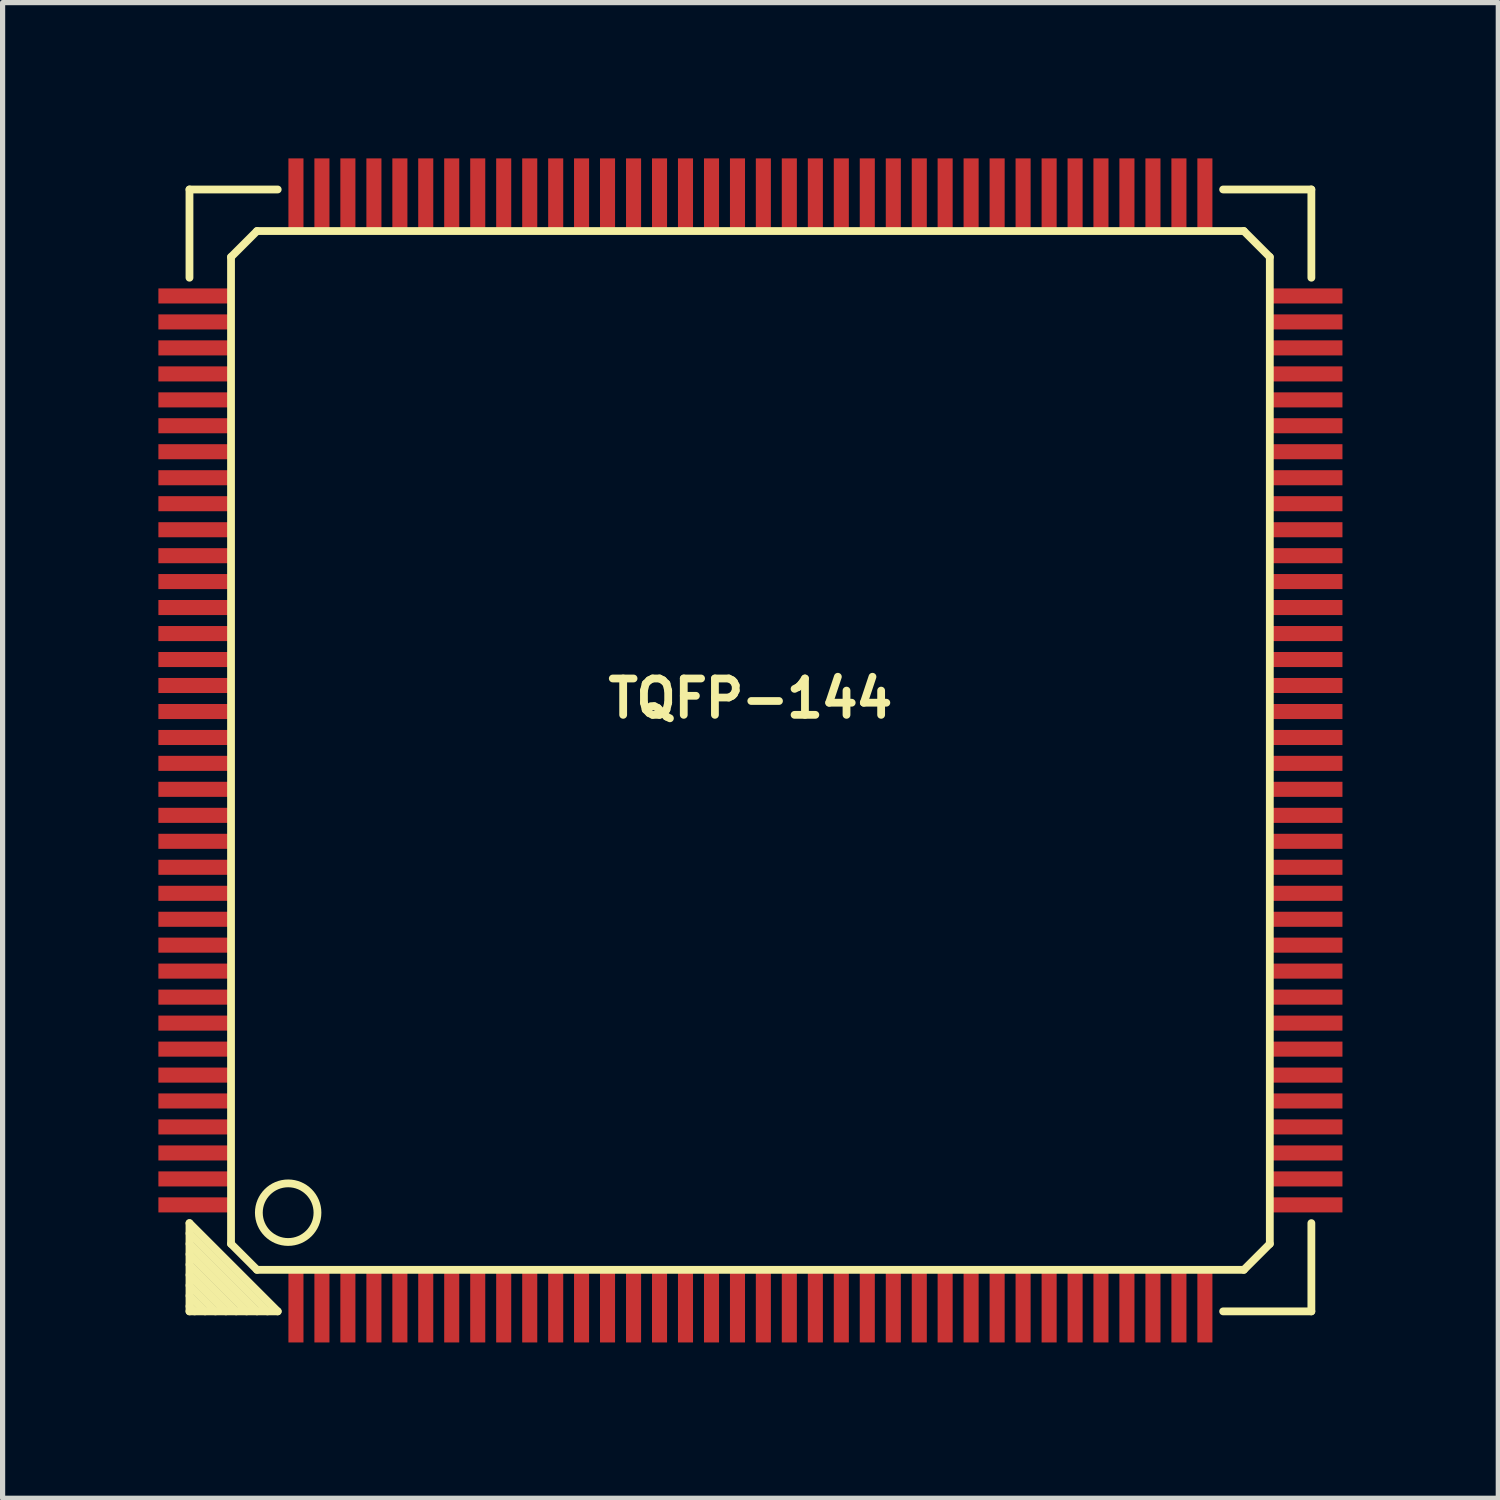
<source format=kicad_pcb>
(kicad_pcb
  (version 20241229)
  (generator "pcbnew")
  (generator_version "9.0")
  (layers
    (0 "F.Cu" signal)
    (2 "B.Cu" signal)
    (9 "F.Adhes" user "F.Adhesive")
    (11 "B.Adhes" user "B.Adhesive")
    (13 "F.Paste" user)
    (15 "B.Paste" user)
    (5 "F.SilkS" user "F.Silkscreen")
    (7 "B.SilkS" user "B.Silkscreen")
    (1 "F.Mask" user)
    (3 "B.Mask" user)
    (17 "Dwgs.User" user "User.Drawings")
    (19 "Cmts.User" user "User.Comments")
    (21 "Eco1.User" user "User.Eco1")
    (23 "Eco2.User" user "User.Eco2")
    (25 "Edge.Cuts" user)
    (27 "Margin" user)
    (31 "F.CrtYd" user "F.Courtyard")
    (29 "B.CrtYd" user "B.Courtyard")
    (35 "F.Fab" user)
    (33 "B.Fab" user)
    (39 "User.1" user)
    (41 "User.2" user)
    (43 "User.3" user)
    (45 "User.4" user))
  (footprint "TQFP-144"
    (layer "F.Cu")
    (at 11.398 11.398)
    (property "Reference" "TQFP-144" (at 0 -1.001 0) (layer "F.SilkS") (effects (font (size 0.7 0.7) (thickness 0.15))))
    (attr through_hole)
    (fp_line (start -10.8 -10.8) (end -9.101 -10.8) (stroke (width 0.15) (type solid)) (layer "F.SilkS"))
    (fp_line (start -10.8 -9.101) (end -10.8 -10.8) (stroke (width 0.15) (type solid)) (layer "F.SilkS"))
    (fp_line (start -10.8 9.101) (end -9.101 10.8) (stroke (width 0.15) (type solid)) (layer "F.SilkS"))
    (fp_line (start -10.8 9.5) (end -9.5 10.8) (stroke (width 0.15) (type solid)) (layer "F.SilkS"))
    (fp_line (start -10.8 9.901) (end -9.901 10.8) (stroke (width 0.15) (type solid)) (layer "F.SilkS"))
    (fp_line (start -10.8 10.3) (end -10.3 10.8) (stroke (width 0.15) (type solid)) (layer "F.SilkS"))
    (fp_line (start -10.8 10.701) (end -10.701 10.8) (stroke (width 0.15) (type solid)) (layer "F.SilkS"))
    (fp_line (start -10.8 10.8) (end -10.8 9.101) (stroke (width 0.15) (type solid)) (layer "F.SilkS"))
    (fp_line (start -10.5 10.8) (end -10.8 10.5) (stroke (width 0.15) (type solid)) (layer "F.SilkS"))
    (fp_line (start -10.099 10.8) (end -10.8 10.099) (stroke (width 0.15) (type solid)) (layer "F.SilkS"))
    (fp_line (start -10 -9.5) (end -9.5 -10) (stroke (width 0.15) (type solid)) (layer "F.SilkS"))
    (fp_line (start -10 9.5) (end -10 -9.5) (stroke (width 0.15) (type solid)) (layer "F.SilkS"))
    (fp_line (start -9.7 10.8) (end -10.8 9.7) (stroke (width 0.15) (type solid)) (layer "F.SilkS"))
    (fp_line (start -9.5 -10) (end 9.5 -10) (stroke (width 0.15) (type solid)) (layer "F.SilkS"))
    (fp_line (start -9.5 10) (end -10 9.5) (stroke (width 0.15) (type solid)) (layer "F.SilkS"))
    (fp_line (start -9.299 10.8) (end -10.8 9.299) (stroke (width 0.15) (type solid)) (layer "F.SilkS"))
    (fp_line (start -9.101 10.8) (end -10.8 10.8) (stroke (width 0.15) (type solid)) (layer "F.SilkS"))
    (fp_line (start 9.101 -10.8) (end 10.8 -10.8) (stroke (width 0.15) (type solid)) (layer "F.SilkS"))
    (fp_line (start 9.5 -10) (end 10 -9.5) (stroke (width 0.15) (type solid)) (layer "F.SilkS"))
    (fp_line (start 9.5 10) (end -9.5 10) (stroke (width 0.15) (type solid)) (layer "F.SilkS"))
    (fp_line (start 10 -9.5) (end 10 9.5) (stroke (width 0.15) (type solid)) (layer "F.SilkS"))
    (fp_line (start 10 9.5) (end 9.5 10) (stroke (width 0.15) (type solid)) (layer "F.SilkS"))
    (fp_line (start 10.8 -10.8) (end 10.8 -9.101) (stroke (width 0.15) (type solid)) (layer "F.SilkS"))
    (fp_line (start 10.8 9.101) (end 10.8 10.8) (stroke (width 0.15) (type solid)) (layer "F.SilkS"))
    (fp_line (start 10.8 10.8) (end 9.101 10.8) (stroke (width 0.15) (type solid)) (layer "F.SilkS"))
    (fp_circle (center -8.9 8.9) (end -9.299 9.299) (stroke (width 0.15) (type solid)) (fill no) (layer "F.SilkS"))
    (pad "1" smd rect (at -8.75 10.724) (size 0.29 1.349) (layers "F.Cu" "F.Mask" "F.Paste"))
    (pad "2" smd rect (at -8.25 10.724) (size 0.29 1.349) (layers "F.Cu" "F.Mask" "F.Paste"))
    (pad "3" smd rect (at -7.75 10.724) (size 0.29 1.349) (layers "F.Cu" "F.Mask" "F.Paste"))
    (pad "4" smd rect (at -7.249 10.724) (size 0.29 1.349) (layers "F.Cu" "F.Mask" "F.Paste"))
    (pad "5" smd rect (at -6.749 10.724) (size 0.29 1.349) (layers "F.Cu" "F.Mask" "F.Paste"))
    (pad "6" smd rect (at -6.251 10.724) (size 0.29 1.349) (layers "F.Cu" "F.Mask" "F.Paste"))
    (pad "7" smd rect (at -5.751 10.724) (size 0.29 1.349) (layers "F.Cu" "F.Mask" "F.Paste"))
    (pad "8" smd rect (at -5.25 10.724) (size 0.29 1.349) (layers "F.Cu" "F.Mask" "F.Paste"))
    (pad "9" smd rect (at -4.75 10.724) (size 0.29 1.349) (layers "F.Cu" "F.Mask" "F.Paste"))
    (pad "10" smd rect (at -4.249 10.724) (size 0.29 1.349) (layers "F.Cu" "F.Mask" "F.Paste"))
    (pad "11" smd rect (at -3.749 10.724) (size 0.29 1.349) (layers "F.Cu" "F.Mask" "F.Paste"))
    (pad "12" smd rect (at -3.251 10.724) (size 0.29 1.349) (layers "F.Cu" "F.Mask" "F.Paste"))
    (pad "13" smd rect (at -2.751 10.724) (size 0.29 1.349) (layers "F.Cu" "F.Mask" "F.Paste"))
    (pad "14" smd rect (at -2.25 10.724) (size 0.29 1.349) (layers "F.Cu" "F.Mask" "F.Paste"))
    (pad "15" smd rect (at -1.75 10.724) (size 0.29 1.349) (layers "F.Cu" "F.Mask" "F.Paste"))
    (pad "16" smd rect (at -1.25 10.724) (size 0.29 1.349) (layers "F.Cu" "F.Mask" "F.Paste"))
    (pad "17" smd rect (at -0.749 10.724) (size 0.29 1.349) (layers "F.Cu" "F.Mask" "F.Paste"))
    (pad "18" smd rect (at -0.249 10.724) (size 0.29 1.349) (layers "F.Cu" "F.Mask" "F.Paste"))
    (pad "19" smd rect (at 0.249 10.724) (size 0.29 1.349) (layers "F.Cu" "F.Mask" "F.Paste"))
    (pad "20" smd rect (at 0.749 10.724) (size 0.29 1.349) (layers "F.Cu" "F.Mask" "F.Paste"))
    (pad "21" smd rect (at 1.25 10.724) (size 0.29 1.349) (layers "F.Cu" "F.Mask" "F.Paste"))
    (pad "22" smd rect (at 1.75 10.724) (size 0.29 1.349) (layers "F.Cu" "F.Mask" "F.Paste"))
    (pad "23" smd rect (at 2.25 10.724) (size 0.29 1.349) (layers "F.Cu" "F.Mask" "F.Paste"))
    (pad "24" smd rect (at 2.751 10.724) (size 0.29 1.349) (layers "F.Cu" "F.Mask" "F.Paste"))
    (pad "25" smd rect (at 3.251 10.724) (size 0.29 1.349) (layers "F.Cu" "F.Mask" "F.Paste"))
    (pad "26" smd rect (at 3.749 10.724) (size 0.29 1.349) (layers "F.Cu" "F.Mask" "F.Paste"))
    (pad "27" smd rect (at 4.249 10.724) (size 0.29 1.349) (layers "F.Cu" "F.Mask" "F.Paste"))
    (pad "28" smd rect (at 4.75 10.724) (size 0.29 1.349) (layers "F.Cu" "F.Mask" "F.Paste"))
    (pad "29" smd rect (at 5.25 10.724) (size 0.29 1.349) (layers "F.Cu" "F.Mask" "F.Paste"))
    (pad "30" smd rect (at 5.751 10.724) (size 0.29 1.349) (layers "F.Cu" "F.Mask" "F.Paste"))
    (pad "31" smd rect (at 6.251 10.724) (size 0.29 1.349) (layers "F.Cu" "F.Mask" "F.Paste"))
    (pad "32" smd rect (at 6.749 10.724) (size 0.29 1.349) (layers "F.Cu" "F.Mask" "F.Paste"))
    (pad "33" smd rect (at 7.249 10.724) (size 0.29 1.349) (layers "F.Cu" "F.Mask" "F.Paste"))
    (pad "34" smd rect (at 7.75 10.724) (size 0.29 1.349) (layers "F.Cu" "F.Mask" "F.Paste"))
    (pad "35" smd rect (at 8.25 10.724) (size 0.29 1.349) (layers "F.Cu" "F.Mask" "F.Paste"))
    (pad "36" smd rect (at 8.75 10.724) (size 0.29 1.349) (layers "F.Cu" "F.Mask" "F.Paste"))
    (pad "37" smd rect (at 10.724 8.75) (size 1.349 0.29) (layers "F.Cu" "F.Mask" "F.Paste"))
    (pad "38" smd rect (at 10.724 8.25) (size 1.349 0.29) (layers "F.Cu" "F.Mask" "F.Paste"))
    (pad "39" smd rect (at 10.724 7.75) (size 1.349 0.29) (layers "F.Cu" "F.Mask" "F.Paste"))
    (pad "40" smd rect (at 10.724 7.249) (size 1.349 0.29) (layers "F.Cu" "F.Mask" "F.Paste"))
    (pad "41" smd rect (at 10.724 6.749) (size 1.349 0.29) (layers "F.Cu" "F.Mask" "F.Paste"))
    (pad "42" smd rect (at 10.724 6.251) (size 1.349 0.29) (layers "F.Cu" "F.Mask" "F.Paste"))
    (pad "43" smd rect (at 10.724 5.751) (size 1.349 0.29) (layers "F.Cu" "F.Mask" "F.Paste"))
    (pad "44" smd rect (at 10.724 5.25) (size 1.349 0.29) (layers "F.Cu" "F.Mask" "F.Paste"))
    (pad "45" smd rect (at 10.724 4.75) (size 1.349 0.29) (layers "F.Cu" "F.Mask" "F.Paste"))
    (pad "46" smd rect (at 10.724 4.249) (size 1.349 0.29) (layers "F.Cu" "F.Mask" "F.Paste"))
    (pad "47" smd rect (at 10.724 3.749) (size 1.349 0.29) (layers "F.Cu" "F.Mask" "F.Paste"))
    (pad "48" smd rect (at 10.724 3.251) (size 1.349 0.29) (layers "F.Cu" "F.Mask" "F.Paste"))
    (pad "49" smd rect (at 10.724 2.751) (size 1.349 0.29) (layers "F.Cu" "F.Mask" "F.Paste"))
    (pad "50" smd rect (at 10.724 2.25) (size 1.349 0.29) (layers "F.Cu" "F.Mask" "F.Paste"))
    (pad "51" smd rect (at 10.724 1.75) (size 1.349 0.29) (layers "F.Cu" "F.Mask" "F.Paste"))
    (pad "52" smd rect (at 10.724 1.25) (size 1.349 0.29) (layers "F.Cu" "F.Mask" "F.Paste"))
    (pad "53" smd rect (at 10.724 0.749) (size 1.349 0.29) (layers "F.Cu" "F.Mask" "F.Paste"))
    (pad "54" smd rect (at 10.724 0.249) (size 1.349 0.29) (layers "F.Cu" "F.Mask" "F.Paste"))
    (pad "55" smd rect (at 10.724 -0.249) (size 1.349 0.29) (layers "F.Cu" "F.Mask" "F.Paste"))
    (pad "56" smd rect (at 10.724 -0.749) (size 1.349 0.29) (layers "F.Cu" "F.Mask" "F.Paste"))
    (pad "57" smd rect (at 10.724 -1.25) (size 1.349 0.29) (layers "F.Cu" "F.Mask" "F.Paste"))
    (pad "58" smd rect (at 10.724 -1.75) (size 1.349 0.29) (layers "F.Cu" "F.Mask" "F.Paste"))
    (pad "59" smd rect (at 10.724 -2.25) (size 1.349 0.29) (layers "F.Cu" "F.Mask" "F.Paste"))
    (pad "60" smd rect (at 10.724 -2.751) (size 1.349 0.29) (layers "F.Cu" "F.Mask" "F.Paste"))
    (pad "61" smd rect (at 10.724 -3.251) (size 1.349 0.29) (layers "F.Cu" "F.Mask" "F.Paste"))
    (pad "62" smd rect (at 10.724 -3.749) (size 1.349 0.29) (layers "F.Cu" "F.Mask" "F.Paste"))
    (pad "63" smd rect (at 10.724 -4.249) (size 1.349 0.29) (layers "F.Cu" "F.Mask" "F.Paste"))
    (pad "64" smd rect (at 10.724 -4.75) (size 1.349 0.29) (layers "F.Cu" "F.Mask" "F.Paste"))
    (pad "65" smd rect (at 10.724 -5.25) (size 1.349 0.29) (layers "F.Cu" "F.Mask" "F.Paste"))
    (pad "66" smd rect (at 10.724 -5.751) (size 1.349 0.29) (layers "F.Cu" "F.Mask" "F.Paste"))
    (pad "67" smd rect (at 10.724 -6.251) (size 1.349 0.29) (layers "F.Cu" "F.Mask" "F.Paste"))
    (pad "68" smd rect (at 10.724 -6.749) (size 1.349 0.29) (layers "F.Cu" "F.Mask" "F.Paste"))
    (pad "69" smd rect (at 10.724 -7.249) (size 1.349 0.29) (layers "F.Cu" "F.Mask" "F.Paste"))
    (pad "70" smd rect (at 10.724 -7.75) (size 1.349 0.29) (layers "F.Cu" "F.Mask" "F.Paste"))
    (pad "71" smd rect (at 10.724 -8.25) (size 1.349 0.29) (layers "F.Cu" "F.Mask" "F.Paste"))
    (pad "72" smd rect (at 10.724 -8.75) (size 1.349 0.29) (layers "F.Cu" "F.Mask" "F.Paste"))
    (pad "73" smd rect (at 8.75 -10.724) (size 0.29 1.349) (layers "F.Cu" "F.Mask" "F.Paste"))
    (pad "74" smd rect (at 8.25 -10.724) (size 0.29 1.349) (layers "F.Cu" "F.Mask" "F.Paste"))
    (pad "75" smd rect (at 7.75 -10.724) (size 0.29 1.349) (layers "F.Cu" "F.Mask" "F.Paste"))
    (pad "76" smd rect (at 7.249 -10.724) (size 0.29 1.349) (layers "F.Cu" "F.Mask" "F.Paste"))
    (pad "77" smd rect (at 6.749 -10.724) (size 0.29 1.349) (layers "F.Cu" "F.Mask" "F.Paste"))
    (pad "78" smd rect (at 6.251 -10.724) (size 0.29 1.349) (layers "F.Cu" "F.Mask" "F.Paste"))
    (pad "79" smd rect (at 5.751 -10.724) (size 0.29 1.349) (layers "F.Cu" "F.Mask" "F.Paste"))
    (pad "80" smd rect (at 5.25 -10.724) (size 0.29 1.349) (layers "F.Cu" "F.Mask" "F.Paste"))
    (pad "81" smd rect (at 4.75 -10.724) (size 0.29 1.349) (layers "F.Cu" "F.Mask" "F.Paste"))
    (pad "82" smd rect (at 4.249 -10.724) (size 0.29 1.349) (layers "F.Cu" "F.Mask" "F.Paste"))
    (pad "83" smd rect (at 3.749 -10.724) (size 0.29 1.349) (layers "F.Cu" "F.Mask" "F.Paste"))
    (pad "84" smd rect (at 3.251 -10.724) (size 0.29 1.349) (layers "F.Cu" "F.Mask" "F.Paste"))
    (pad "85" smd rect (at 2.751 -10.724) (size 0.29 1.349) (layers "F.Cu" "F.Mask" "F.Paste"))
    (pad "86" smd rect (at 2.25 -10.724) (size 0.29 1.349) (layers "F.Cu" "F.Mask" "F.Paste"))
    (pad "87" smd rect (at 1.75 -10.724) (size 0.29 1.349) (layers "F.Cu" "F.Mask" "F.Paste"))
    (pad "88" smd rect (at 1.25 -10.724) (size 0.29 1.349) (layers "F.Cu" "F.Mask" "F.Paste"))
    (pad "89" smd rect (at 0.749 -10.724) (size 0.29 1.349) (layers "F.Cu" "F.Mask" "F.Paste"))
    (pad "90" smd rect (at 0.249 -10.724) (size 0.29 1.349) (layers "F.Cu" "F.Mask" "F.Paste"))
    (pad "91" smd rect (at -0.249 -10.724) (size 0.29 1.349) (layers "F.Cu" "F.Mask" "F.Paste"))
    (pad "92" smd rect (at -0.749 -10.724) (size 0.29 1.349) (layers "F.Cu" "F.Mask" "F.Paste"))
    (pad "93" smd rect (at -1.25 -10.724) (size 0.29 1.349) (layers "F.Cu" "F.Mask" "F.Paste"))
    (pad "94" smd rect (at -1.75 -10.724) (size 0.29 1.349) (layers "F.Cu" "F.Mask" "F.Paste"))
    (pad "95" smd rect (at -2.25 -10.724) (size 0.29 1.349) (layers "F.Cu" "F.Mask" "F.Paste"))
    (pad "96" smd rect (at -2.751 -10.724) (size 0.29 1.349) (layers "F.Cu" "F.Mask" "F.Paste"))
    (pad "97" smd rect (at -3.251 -10.724) (size 0.29 1.349) (layers "F.Cu" "F.Mask" "F.Paste"))
    (pad "98" smd rect (at -3.749 -10.724) (size 0.29 1.349) (layers "F.Cu" "F.Mask" "F.Paste"))
    (pad "99" smd rect (at -4.249 -10.724) (size 0.29 1.349) (layers "F.Cu" "F.Mask" "F.Paste"))
    (pad "100" smd rect (at -4.75 -10.724) (size 0.29 1.349) (layers "F.Cu" "F.Mask" "F.Paste"))
    (pad "101" smd rect (at -5.25 -10.724) (size 0.29 1.349) (layers "F.Cu" "F.Mask" "F.Paste"))
    (pad "102" smd rect (at -5.751 -10.724) (size 0.29 1.349) (layers "F.Cu" "F.Mask" "F.Paste"))
    (pad "103" smd rect (at -6.251 -10.724) (size 0.29 1.349) (layers "F.Cu" "F.Mask" "F.Paste"))
    (pad "104" smd rect (at -6.749 -10.724) (size 0.29 1.349) (layers "F.Cu" "F.Mask" "F.Paste"))
    (pad "105" smd rect (at -7.249 -10.724) (size 0.29 1.349) (layers "F.Cu" "F.Mask" "F.Paste"))
    (pad "106" smd rect (at -7.75 -10.724) (size 0.29 1.349) (layers "F.Cu" "F.Mask" "F.Paste"))
    (pad "107" smd rect (at -8.25 -10.724) (size 0.29 1.349) (layers "F.Cu" "F.Mask" "F.Paste"))
    (pad "108" smd rect (at -8.75 -10.724) (size 0.29 1.349) (layers "F.Cu" "F.Mask" "F.Paste"))
    (pad "109" smd rect (at -10.724 -8.75) (size 1.349 0.29) (layers "F.Cu" "F.Mask" "F.Paste"))
    (pad "110" smd rect (at -10.724 -8.25) (size 1.349 0.29) (layers "F.Cu" "F.Mask" "F.Paste"))
    (pad "111" smd rect (at -10.724 -7.75) (size 1.349 0.29) (layers "F.Cu" "F.Mask" "F.Paste"))
    (pad "112" smd rect (at -10.724 -7.249) (size 1.349 0.29) (layers "F.Cu" "F.Mask" "F.Paste"))
    (pad "113" smd rect (at -10.724 -6.749) (size 1.349 0.29) (layers "F.Cu" "F.Mask" "F.Paste"))
    (pad "114" smd rect (at -10.724 -6.251) (size 1.349 0.29) (layers "F.Cu" "F.Mask" "F.Paste"))
    (pad "115" smd rect (at -10.724 -5.751) (size 1.349 0.29) (layers "F.Cu" "F.Mask" "F.Paste"))
    (pad "116" smd rect (at -10.724 -5.25) (size 1.349 0.29) (layers "F.Cu" "F.Mask" "F.Paste"))
    (pad "117" smd rect (at -10.724 -4.75) (size 1.349 0.29) (layers "F.Cu" "F.Mask" "F.Paste"))
    (pad "118" smd rect (at -10.724 -4.249) (size 1.349 0.29) (layers "F.Cu" "F.Mask" "F.Paste"))
    (pad "119" smd rect (at -10.724 -3.749) (size 1.349 0.29) (layers "F.Cu" "F.Mask" "F.Paste"))
    (pad "120" smd rect (at -10.724 -3.251) (size 1.349 0.29) (layers "F.Cu" "F.Mask" "F.Paste"))
    (pad "121" smd rect (at -10.724 -2.751) (size 1.349 0.29) (layers "F.Cu" "F.Mask" "F.Paste"))
    (pad "122" smd rect (at -10.724 -2.25) (size 1.349 0.29) (layers "F.Cu" "F.Mask" "F.Paste"))
    (pad "123" smd rect (at -10.724 -1.75) (size 1.349 0.29) (layers "F.Cu" "F.Mask" "F.Paste"))
    (pad "124" smd rect (at -10.724 -1.25) (size 1.349 0.29) (layers "F.Cu" "F.Mask" "F.Paste"))
    (pad "125" smd rect (at -10.724 -0.749) (size 1.349 0.29) (layers "F.Cu" "F.Mask" "F.Paste"))
    (pad "126" smd rect (at -10.724 -0.249) (size 1.349 0.29) (layers "F.Cu" "F.Mask" "F.Paste"))
    (pad "127" smd rect (at -10.724 0.249) (size 1.349 0.29) (layers "F.Cu" "F.Mask" "F.Paste"))
    (pad "128" smd rect (at -10.724 0.749) (size 1.349 0.29) (layers "F.Cu" "F.Mask" "F.Paste"))
    (pad "129" smd rect (at -10.724 1.25) (size 1.349 0.29) (layers "F.Cu" "F.Mask" "F.Paste"))
    (pad "130" smd rect (at -10.724 1.75) (size 1.349 0.29) (layers "F.Cu" "F.Mask" "F.Paste"))
    (pad "131" smd rect (at -10.724 2.25) (size 1.349 0.29) (layers "F.Cu" "F.Mask" "F.Paste"))
    (pad "132" smd rect (at -10.724 2.751) (size 1.349 0.29) (layers "F.Cu" "F.Mask" "F.Paste"))
    (pad "133" smd rect (at -10.724 3.251) (size 1.349 0.29) (layers "F.Cu" "F.Mask" "F.Paste"))
    (pad "134" smd rect (at -10.724 3.749) (size 1.349 0.29) (layers "F.Cu" "F.Mask" "F.Paste"))
    (pad "135" smd rect (at -10.724 4.249) (size 1.349 0.29) (layers "F.Cu" "F.Mask" "F.Paste"))
    (pad "136" smd rect (at -10.724 4.75) (size 1.349 0.29) (layers "F.Cu" "F.Mask" "F.Paste"))
    (pad "137" smd rect (at -10.724 5.25) (size 1.349 0.29) (layers "F.Cu" "F.Mask" "F.Paste"))
    (pad "138" smd rect (at -10.724 5.751) (size 1.349 0.29) (layers "F.Cu" "F.Mask" "F.Paste"))
    (pad "139" smd rect (at -10.724 6.251) (size 1.349 0.29) (layers "F.Cu" "F.Mask" "F.Paste"))
    (pad "140" smd rect (at -10.724 6.749) (size 1.349 0.29) (layers "F.Cu" "F.Mask" "F.Paste"))
    (pad "141" smd rect (at -10.724 7.249) (size 1.349 0.29) (layers "F.Cu" "F.Mask" "F.Paste"))
    (pad "142" smd rect (at -10.724 7.75) (size 1.349 0.29) (layers "F.Cu" "F.Mask" "F.Paste"))
    (pad "143" smd rect (at -10.724 8.25) (size 1.349 0.29) (layers "F.Cu" "F.Mask" "F.Paste"))
    (pad "144" smd rect (at -10.724 8.75) (size 1.349 0.29) (layers "F.Cu" "F.Mask" "F.Paste")))
  (gr_rect
    (start -3 -3)
    (end 25.797 25.797)
    (stroke (width 0.1) (type default))
    (fill no)
    (layer "Edge.Cuts")))
</source>
